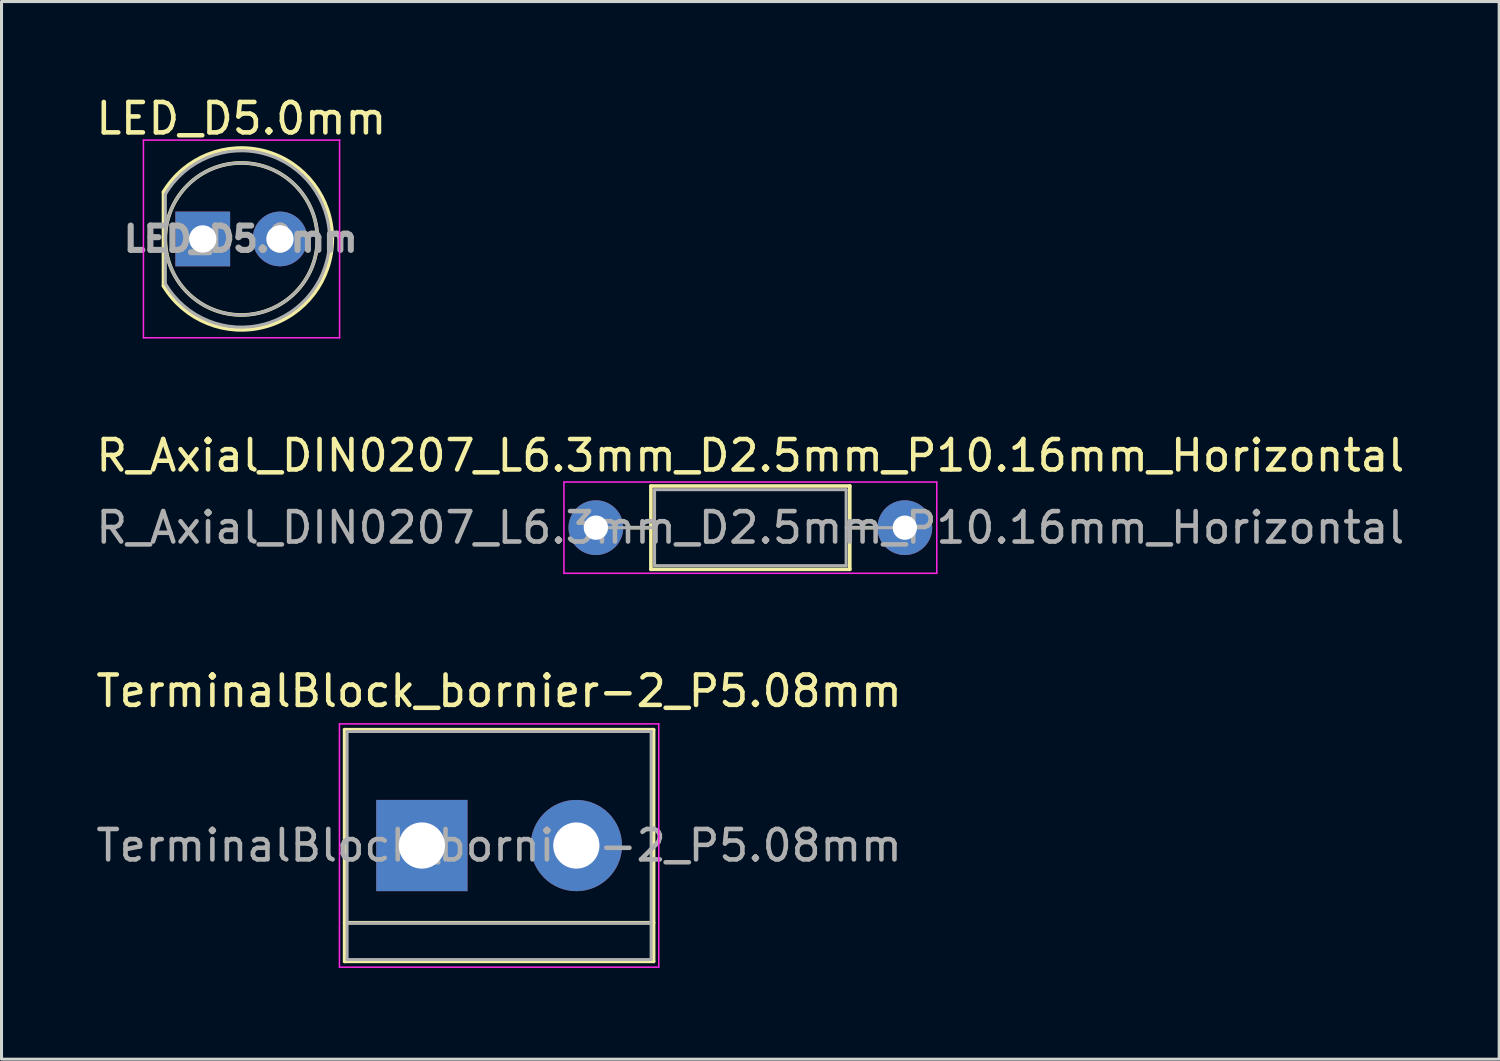
<source format=kicad_pcb>
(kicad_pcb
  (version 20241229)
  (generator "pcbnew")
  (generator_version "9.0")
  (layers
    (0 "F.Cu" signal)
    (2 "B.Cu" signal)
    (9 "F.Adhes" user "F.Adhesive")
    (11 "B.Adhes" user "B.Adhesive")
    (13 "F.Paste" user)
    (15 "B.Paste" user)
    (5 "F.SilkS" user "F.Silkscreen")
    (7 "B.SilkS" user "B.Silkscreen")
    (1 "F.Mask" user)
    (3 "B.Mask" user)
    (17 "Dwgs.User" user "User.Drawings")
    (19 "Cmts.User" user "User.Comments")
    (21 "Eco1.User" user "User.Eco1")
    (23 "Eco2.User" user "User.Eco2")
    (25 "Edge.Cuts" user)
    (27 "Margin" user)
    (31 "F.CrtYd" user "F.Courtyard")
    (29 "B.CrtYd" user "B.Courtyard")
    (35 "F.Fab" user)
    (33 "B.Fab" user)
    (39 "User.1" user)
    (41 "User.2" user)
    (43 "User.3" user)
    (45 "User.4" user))
  (footprint "R_Axial_DIN0207_L6.3mm_D2.5mm_P10.16mm_Horizontal"
    (layer "F.Cu")
    (at 16.545 14.302)
    (property "Reference" "R_Axial_DIN0207_L6.3mm_D2.5mm_P10.16mm_Horizontal" (at 5.08 -2.37 0) (layer "F.SilkS") (effects (font (size 1 1) (thickness 0.15))))
    (attr through_hole)
    (fp_line (start 1.04 0) (end 1.81 0) (stroke (width 0.12) (type solid)) (layer "F.SilkS"))
    (fp_line (start 1.81 -1.37) (end 1.81 1.37) (stroke (width 0.12) (type solid)) (layer "F.SilkS"))
    (fp_line (start 1.81 1.37) (end 8.35 1.37) (stroke (width 0.12) (type solid)) (layer "F.SilkS"))
    (fp_line (start 8.35 -1.37) (end 1.81 -1.37) (stroke (width 0.12) (type solid)) (layer "F.SilkS"))
    (fp_line (start 8.35 1.37) (end 8.35 -1.37) (stroke (width 0.12) (type solid)) (layer "F.SilkS"))
    (fp_line (start 9.12 0) (end 8.35 0) (stroke (width 0.12) (type solid)) (layer "F.SilkS"))
    (fp_line (start -1.05 -1.5) (end -1.05 1.5) (stroke (width 0.05) (type solid)) (layer "F.CrtYd"))
    (fp_line (start -1.05 1.5) (end 11.21 1.5) (stroke (width 0.05) (type solid)) (layer "F.CrtYd"))
    (fp_line (start 11.21 -1.5) (end -1.05 -1.5) (stroke (width 0.05) (type solid)) (layer "F.CrtYd"))
    (fp_line (start 11.21 1.5) (end 11.21 -1.5) (stroke (width 0.05) (type solid)) (layer "F.CrtYd"))
    (fp_line (start 0 0) (end 1.93 0) (stroke (width 0.1) (type solid)) (layer "F.Fab"))
    (fp_line (start 1.93 -1.25) (end 1.93 1.25) (stroke (width 0.1) (type solid)) (layer "F.Fab"))
    (fp_line (start 1.93 1.25) (end 8.23 1.25) (stroke (width 0.1) (type solid)) (layer "F.Fab"))
    (fp_line (start 8.23 -1.25) (end 1.93 -1.25) (stroke (width 0.1) (type solid)) (layer "F.Fab"))
    (fp_line (start 8.23 1.25) (end 8.23 -1.25) (stroke (width 0.1) (type solid)) (layer "F.Fab"))
    (fp_line (start 10.16 0) (end 8.23 0) (stroke (width 0.1) (type solid)) (layer "F.Fab"))
    (fp_text user "${REFERENCE}" (at 5.08 0 0) (layer "F.Fab") (effects (font (size 1 1) (thickness 0.15))))
    (pad "1" thru_hole circle (at 0 0) (size 1.8 1.8) (drill 0.8) (layers "*.Cu" "*.Mask"))
    (pad "2" thru_hole circle (at 10.16 0) (size 1.8 1.8) (drill 0.8) (layers "*.Cu" "*.Mask")))
  (footprint "LED_D5.0mm"
    (layer "F.Cu")
    (at 3.617 4.808)
    (property "Reference" "LED_D5.0mm" (at 1.27 -3.96 0) (layer "F.SilkS") (effects (font (size 1 1) (thickness 0.15))))
    (attr through_hole)
    (fp_line (start -1.29 -1.545) (end -1.29 1.545) (stroke (width 0.12) (type solid)) (layer "F.SilkS"))
    (fp_arc (start -1.29 -1.54483) (mid 2.072002 -2.880433) (end 4.26 0.000462) (stroke (width 0.12) (type solid)) (layer "F.SilkS"))
    (fp_arc (start 4.26 -0.000462) (mid 2.072002 2.880433) (end -1.29 1.54483) (stroke (width 0.12) (type solid)) (layer "F.SilkS"))
    (fp_circle (center 1.27 0) (end 3.77 0) (stroke (width 0.12) (type solid)) (fill no) (layer "F.SilkS"))
    (fp_line (start -1.95 -3.25) (end -1.95 3.25) (stroke (width 0.05) (type solid)) (layer "F.CrtYd"))
    (fp_line (start -1.95 3.25) (end 4.5 3.25) (stroke (width 0.05) (type solid)) (layer "F.CrtYd"))
    (fp_line (start 4.5 -3.25) (end -1.95 -3.25) (stroke (width 0.05) (type solid)) (layer "F.CrtYd"))
    (fp_line (start 4.5 3.25) (end 4.5 -3.25) (stroke (width 0.05) (type solid)) (layer "F.CrtYd"))
    (fp_line (start -1.23 -1.47) (end -1.23 1.47) (stroke (width 0.1) (type solid)) (layer "F.Fab"))
    (fp_arc (start -1.23 -1.469694) (mid 4.17 0.000016) (end -1.230016 1.469666) (stroke (width 0.1) (type solid)) (layer "F.Fab"))
    (fp_circle (center 1.27 0) (end 3.77 0) (stroke (width 0.1) (type solid)) (fill no) (layer "F.Fab"))
    (fp_text user "${REFERENCE}" (at 1.25 0 0) (layer "F.Fab") (effects (font (size 0.8 0.8) (thickness 0.2))))
    (pad "1" thru_hole rect (at 0 0) (size 1.8 1.8) (drill 0.9) (layers "*.Cu" "*.Mask"))
    (pad "2" thru_hole circle (at 2.54 0) (size 1.8 1.8) (drill 0.9) (layers "*.Cu" "*.Mask")))
  (footprint "TerminalBlock_bornier-2_P5.08mm"
    (layer "F.Cu")
    (at 10.823 24.755)
    (property "Reference" "TerminalBlock_bornier-2_P5.08mm" (at 2.54 -5.08 0) (layer "F.SilkS") (effects (font (size 1 1) (thickness 0.15))))
    (attr through_hole)
    (fp_line (start -2.54 -3.81) (end -2.54 3.81) (stroke (width 0.12) (type solid)) (layer "F.SilkS"))
    (fp_line (start -2.54 3.81) (end 7.62 3.81) (stroke (width 0.12) (type solid)) (layer "F.SilkS"))
    (fp_line (start 7.62 -3.81) (end -2.54 -3.81) (stroke (width 0.12) (type solid)) (layer "F.SilkS"))
    (fp_line (start 7.62 2.54) (end -2.54 2.54) (stroke (width 0.12) (type solid)) (layer "F.SilkS"))
    (fp_line (start 7.62 3.81) (end 7.62 -3.81) (stroke (width 0.12) (type solid)) (layer "F.SilkS"))
    (fp_line (start -2.71 -4) (end -2.71 4) (stroke (width 0.05) (type solid)) (layer "F.CrtYd"))
    (fp_line (start -2.71 -4) (end 7.79 -4) (stroke (width 0.05) (type solid)) (layer "F.CrtYd"))
    (fp_line (start 7.79 4) (end -2.71 4) (stroke (width 0.05) (type solid)) (layer "F.CrtYd"))
    (fp_line (start 7.79 4) (end 7.79 -4) (stroke (width 0.05) (type solid)) (layer "F.CrtYd"))
    (fp_line (start -2.46 -3.75) (end -2.46 3.75) (stroke (width 0.1) (type solid)) (layer "F.Fab"))
    (fp_line (start -2.46 3.75) (end 7.54 3.75) (stroke (width 0.1) (type solid)) (layer "F.Fab"))
    (fp_line (start -2.41 2.55) (end 7.49 2.55) (stroke (width 0.1) (type solid)) (layer "F.Fab"))
    (fp_line (start 7.54 -3.75) (end -2.46 -3.75) (stroke (width 0.1) (type solid)) (layer "F.Fab"))
    (fp_line (start 7.54 3.75) (end 7.54 -3.75) (stroke (width 0.1) (type solid)) (layer "F.Fab"))
    (fp_text user "${REFERENCE}" (at 2.54 0 0) (layer "F.Fab") (effects (font (size 1 1) (thickness 0.15))))
    (pad "1" thru_hole rect (at 0 0) (size 3 3) (drill 1.52) (layers "*.Cu" "*.Mask"))
    (pad "2" thru_hole circle (at 5.08 0) (size 3 3) (drill 1.52) (layers "*.Cu" "*.Mask")))
  (gr_rect
    (start -3 -3)
    (end 46.25 31.78)
    (stroke (width 0.1) (type default))
    (fill no)
    (layer "Edge.Cuts")))
</source>
